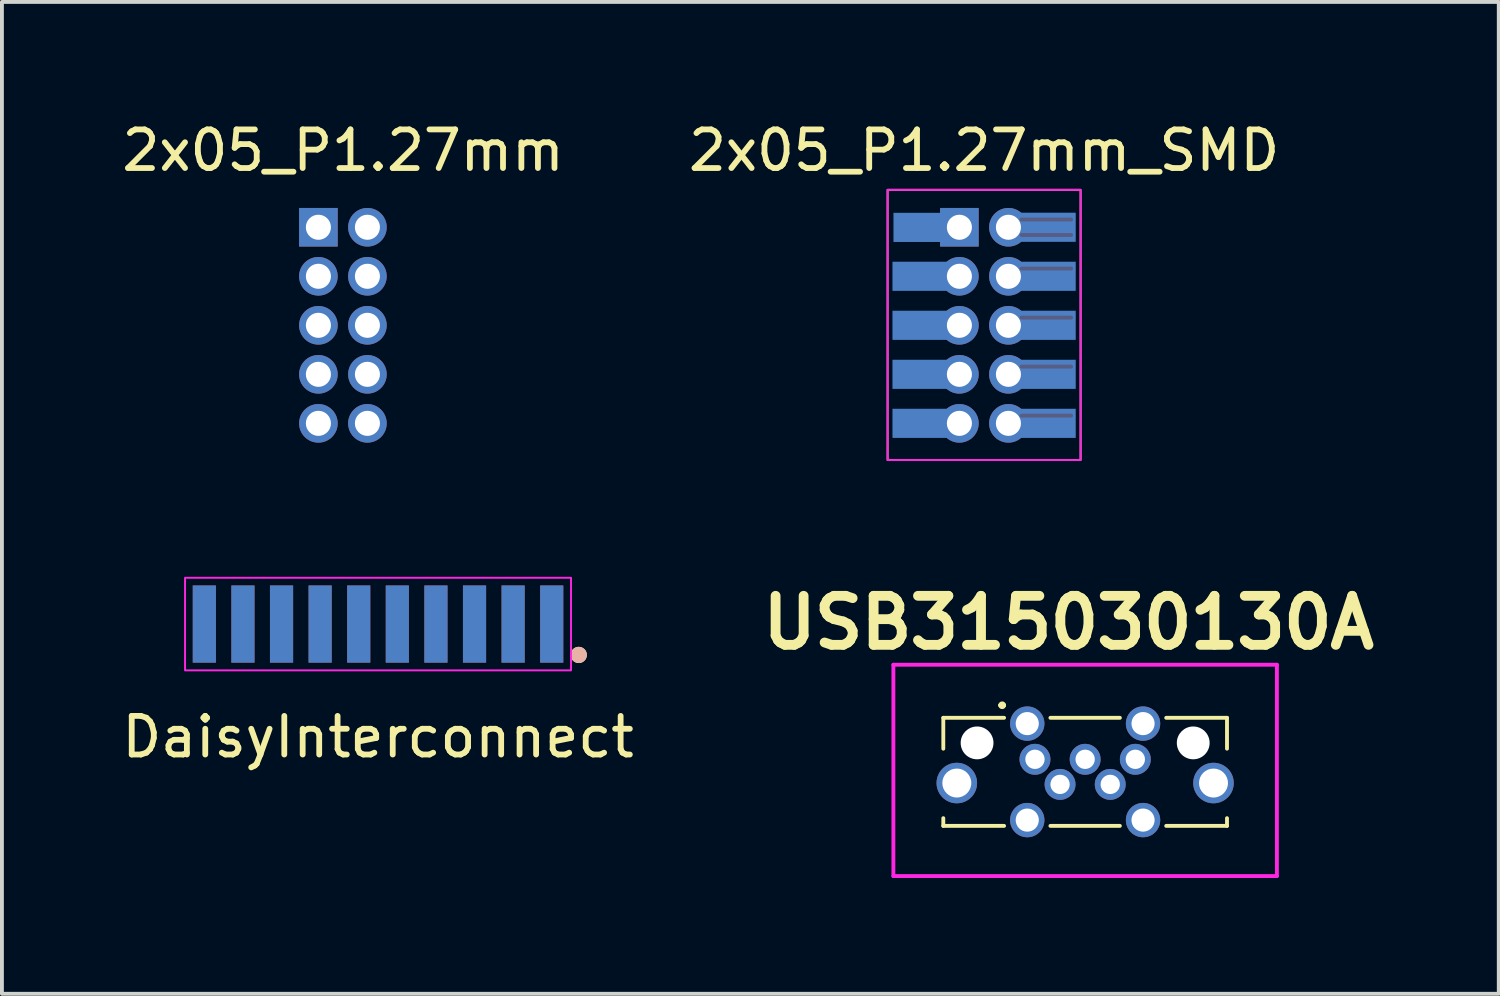
<source format=kicad_pcb>
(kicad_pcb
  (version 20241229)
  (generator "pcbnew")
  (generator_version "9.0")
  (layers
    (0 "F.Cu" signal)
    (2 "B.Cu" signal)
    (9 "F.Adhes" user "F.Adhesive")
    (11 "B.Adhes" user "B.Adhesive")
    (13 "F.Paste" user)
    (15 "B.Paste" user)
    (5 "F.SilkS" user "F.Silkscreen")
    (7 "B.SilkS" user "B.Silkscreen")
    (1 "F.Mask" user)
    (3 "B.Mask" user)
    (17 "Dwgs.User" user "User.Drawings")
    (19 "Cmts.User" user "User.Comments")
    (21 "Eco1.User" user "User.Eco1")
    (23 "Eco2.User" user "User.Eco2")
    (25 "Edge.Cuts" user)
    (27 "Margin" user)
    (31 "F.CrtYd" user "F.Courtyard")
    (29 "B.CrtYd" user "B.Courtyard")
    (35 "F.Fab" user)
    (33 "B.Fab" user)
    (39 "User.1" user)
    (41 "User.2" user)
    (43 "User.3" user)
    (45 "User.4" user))
  (footprint "DaisyInterconnect"
    (layer "F.Cu")
    (at 6.744 14.218)
    (property "Reference" "DaisyInterconnect" (at 0 1.825 0) (layer "F.SilkS") (effects (font (size 1 1) (thickness 0.15))))
    (attr smd)
    (fp_circle (center 5.2 -0.3) (end 5.36 -0.3) (stroke (width 0.1) (type solid)) (fill yes) (layer "F.SilkS"))
    (fp_circle (center 5.2 -0.3) (end 5.36 -0.3) (stroke (width 0.1) (type solid)) (fill yes) (layer "B.SilkS"))
    (fp_rect (start -5 -2.3) (end 5 0.1) (stroke (width 0.05) (type default)) (fill no) (layer "F.CrtYd"))
    (pad "1" smd rect (at 4.5 -1.1) (size 0.6 2) (layers "F.Cu" "F.Mask" "F.Paste"))
    (pad "1" smd rect (at 4.5 -1.1) (size 0.6 2) (layers "B.Cu" "B.Mask" "B.Paste"))
    (pad "2" smd rect (at 3.5 -1.1) (size 0.6 2) (layers "F.Cu" "F.Mask" "F.Paste"))
    (pad "2" smd rect (at 3.5 -1.1) (size 0.6 2) (layers "B.Cu" "B.Mask" "B.Paste"))
    (pad "3" smd rect (at 2.5 -1.1) (size 0.6 2) (layers "F.Cu" "F.Mask" "F.Paste"))
    (pad "3" smd rect (at 2.5 -1.1) (size 0.6 2) (layers "B.Cu" "B.Mask" "B.Paste"))
    (pad "4" smd rect (at 1.5 -1.1) (size 0.6 2) (layers "F.Cu" "F.Mask" "F.Paste"))
    (pad "4" smd rect (at 1.5 -1.1) (size 0.6 2) (layers "B.Cu" "B.Mask" "B.Paste"))
    (pad "5" smd rect (at 0.5 -1.1) (size 0.6 2) (layers "F.Cu" "F.Mask" "F.Paste"))
    (pad "5" smd rect (at 0.5 -1.1) (size 0.6 2) (layers "B.Cu" "B.Mask" "B.Paste"))
    (pad "6" smd rect (at -0.5 -1.1) (size 0.6 2) (layers "F.Cu" "F.Mask" "F.Paste"))
    (pad "6" smd rect (at -0.5 -1.1) (size 0.6 2) (layers "B.Cu" "B.Mask" "B.Paste"))
    (pad "7" smd rect (at -1.5 -1.1) (size 0.6 2) (layers "F.Cu" "F.Mask" "F.Paste"))
    (pad "7" smd rect (at -1.5 -1.1) (size 0.6 2) (layers "B.Cu" "B.Mask" "B.Paste"))
    (pad "8" smd rect (at -2.5 -1.1) (size 0.6 2) (layers "F.Cu" "F.Mask" "F.Paste"))
    (pad "8" smd rect (at -2.5 -1.1) (size 0.6 2) (layers "B.Cu" "B.Mask" "B.Paste"))
    (pad "9" smd rect (at -3.5 -1.1) (size 0.6 2) (layers "F.Cu" "F.Mask" "F.Paste"))
    (pad "9" smd rect (at -3.5 -1.1) (size 0.6 2) (layers "B.Cu" "B.Mask" "B.Paste"))
    (pad "10" smd rect (at -4.5 -1.1) (size 0.6 2) (layers "F.Cu" "F.Mask" "F.Paste"))
    (pad "10" smd rect (at -4.5 -1.1) (size 0.6 2) (layers "B.Cu" "B.Mask" "B.Paste")))
  (footprint "USB315030130A"
    (layer "F.Cu")
    (at 25.064 16.947)
    (property "Reference" "USB315030130A" (at -0.43 -3.865 180) (layer "F.SilkS") (effects (font (size 1.27 1.27) (thickness 0.254))))
    (attr through_hole)
    (fp_line (start -3.675 -1.4) (end -3.675 -0.6) (stroke (width 0.1) (type solid)) (layer "F.SilkS"))
    (fp_line (start -3.675 1.4) (end -3.675 1.2) (stroke (width 0.1) (type solid)) (layer "F.SilkS"))
    (fp_line (start -2.2 -1.725) (end -2.2 -1.725) (stroke (width 0.1) (type solid)) (layer "F.SilkS"))
    (fp_line (start -2.1 -1.725) (end -2.1 -1.725) (stroke (width 0.1) (type solid)) (layer "F.SilkS"))
    (fp_line (start -2.1 -1.4) (end -3.675 -1.4) (stroke (width 0.1) (type solid)) (layer "F.SilkS"))
    (fp_line (start -2.1 1.4) (end -3.675 1.4) (stroke (width 0.1) (type solid)) (layer "F.SilkS"))
    (fp_line (start -0.9 -1.4) (end 0.9 -1.4) (stroke (width 0.1) (type solid)) (layer "F.SilkS"))
    (fp_line (start -0.9 1.4) (end 0.9 1.4) (stroke (width 0.1) (type solid)) (layer "F.SilkS"))
    (fp_line (start 2.1 -1.4) (end 3.675 -1.4) (stroke (width 0.1) (type solid)) (layer "F.SilkS"))
    (fp_line (start 2.1 1.4) (end 3.675 1.4) (stroke (width 0.1) (type solid)) (layer "F.SilkS"))
    (fp_line (start 3.675 -1.4) (end 3.675 -0.6) (stroke (width 0.1) (type solid)) (layer "F.SilkS"))
    (fp_line (start 3.675 1.4) (end 3.675 1.2) (stroke (width 0.1) (type solid)) (layer "F.SilkS"))
    (fp_arc (start -2.2 -1.725) (mid -2.15 -1.775) (end -2.1 -1.725) (stroke (width 0.1) (type solid)) (layer "F.SilkS"))
    (fp_arc (start -2.1 -1.725) (mid -2.15 -1.675) (end -2.2 -1.725) (stroke (width 0.1) (type solid)) (layer "F.SilkS"))
    (fp_line (start -4.968 -2.775) (end 4.968 -2.775) (stroke (width 0.1) (type solid)) (layer "F.CrtYd"))
    (fp_line (start -4.968 2.7) (end -4.968 -2.775) (stroke (width 0.1) (type solid)) (layer "F.CrtYd"))
    (fp_line (start 4.968 -2.775) (end 4.968 2.7) (stroke (width 0.1) (type solid)) (layer "F.CrtYd"))
    (fp_line (start 4.968 2.7) (end -4.968 2.7) (stroke (width 0.1) (type solid)) (layer "F.CrtYd"))
    (pad "" np_thru_hole circle (at -2.8 -0.75) (size 0.85 0.85) (drill 0.85) (layers "*.Cu" "*.Mask"))
    (pad "" np_thru_hole circle (at 2.8 -0.75) (size 0.85 0.85) (drill 0.85) (layers "*.Cu" "*.Mask"))
    (pad "1" thru_hole circle (at -1.3 -0.325) (size 0.8 0.8) (drill 0.5) (layers "*.Cu" "*.Mask"))
    (pad "2" thru_hole circle (at -0.65 0.325) (size 0.8 0.8) (drill 0.5) (layers "*.Cu" "*.Mask"))
    (pad "3" thru_hole circle (at 0 -0.325) (size 0.8 0.8) (drill 0.5) (layers "*.Cu" "*.Mask"))
    (pad "4" thru_hole circle (at 0.65 0.325) (size 0.8 0.8) (drill 0.5) (layers "*.Cu" "*.Mask"))
    (pad "5" thru_hole circle (at 1.3 -0.325) (size 0.8 0.8) (drill 0.5) (layers "*.Cu" "*.Mask"))
    (pad "S1" thru_hole circle (at -3.325 0.29) (size 1.05 1.05) (drill 0.75) (layers "*.Cu" "*.Mask"))
    (pad "S2" thru_hole circle (at 3.325 0.29) (size 1.05 1.05) (drill 0.75) (layers "*.Cu" "*.Mask"))
    (pad "S3" thru_hole circle (at -1.5 1.25) (size 0.89 0.89) (drill 0.6) (layers "*.Cu" "*.Mask"))
    (pad "S4" thru_hole circle (at 1.5 1.25) (size 0.89 0.89) (drill 0.6) (layers "*.Cu" "*.Mask"))
    (pad "S5" thru_hole circle (at 1.5 -1.25) (size 0.89 0.89) (drill 0.6) (layers "*.Cu" "*.Mask"))
    (pad "S6" thru_hole circle (at -1.5 -1.25) (size 0.89 0.89) (drill 0.6) (layers "*.Cu" "*.Mask")))
  (footprint "2x05_P1.27mm"
    (layer "F.Cu")
    (at 5.839 5.368)
    (property "Reference" "2x05_P1.27mm" (at 0 -4.52 0) (layer "F.SilkS") (effects (font (size 1 1) (thickness 0.15))))
    (attr through_hole)
    (pad "1" thru_hole rect (at -0.64 -2.53) (size 1 1) (drill 0.65) (layers "*.Cu" "*.Mask"))
    (pad "2" thru_hole oval (at 0.63 -2.53) (size 1 1) (drill 0.65) (layers "*.Cu" "*.Mask"))
    (pad "3" thru_hole oval (at -0.64 -1.26) (size 1 1) (drill 0.65) (layers "*.Cu" "*.Mask"))
    (pad "4" thru_hole oval (at 0.63 -1.26) (size 1 1) (drill 0.65) (layers "*.Cu" "*.Mask"))
    (pad "5" thru_hole oval (at -0.64 0.01) (size 1 1) (drill 0.65) (layers "*.Cu" "*.Mask"))
    (pad "6" thru_hole oval (at 0.63 0.01) (size 1 1) (drill 0.65) (layers "*.Cu" "*.Mask"))
    (pad "7" thru_hole oval (at -0.64 1.28) (size 1 1) (drill 0.65) (layers "*.Cu" "*.Mask"))
    (pad "8" thru_hole oval (at 0.63 1.28) (size 1 1) (drill 0.65) (layers "*.Cu" "*.Mask"))
    (pad "9" thru_hole oval (at -0.64 2.55) (size 1 1) (drill 0.65) (layers "*.Cu" "*.Mask"))
    (pad "10" thru_hole oval (at 0.63 2.55) (size 1 1) (drill 0.65) (layers "*.Cu" "*.Mask")))
  (footprint "2x05_P1.27mm_SMD"
    (layer "F.Cu")
    (at 22.446 5.368)
    (property "Reference" "2x05_P1.27mm_SMD" (at 0 -4.52 0) (layer "F.SilkS") (effects (font (size 1 1) (thickness 0.15))))
    (attr smd)
    (fp_rect (start -2.5 -3.5) (end 2.5 3.5) (stroke (width 0.05) (type default)) (fill no) (layer "B.SilkS"))
    (fp_rect (start -2.5 -3.5) (end 2.5 3.5) (stroke (width 0.05) (type default)) (fill no) (layer "F.CrtYd"))
    (fp_line (start 0.97 -2.33) (end 2.255 -2.33) (stroke (width 0.1) (type solid)) (layer "B.Fab"))
    (fp_line (start 2.255 -2.73) (end 0.97 -2.73) (stroke (width 0.1) (type solid)) (layer "B.Fab"))
    (fp_line (start 2.255 -1.46) (end 0.97 -1.46) (stroke (width 0.1) (type solid)) (layer "B.Fab"))
    (fp_line (start 2.255 -0.19) (end 0.97 -0.19) (stroke (width 0.1) (type solid)) (layer "B.Fab"))
    (fp_line (start 2.255 1.08) (end 0.97 1.08) (stroke (width 0.1) (type solid)) (layer "B.Fab"))
    (fp_line (start 2.255 2.35) (end 0.97 2.35) (stroke (width 0.1) (type solid)) (layer "B.Fab"))
    (pad "1" smd rect (at -1.474 -2.527) (size 1.748 0.755) (layers "B.Cu" "B.Mask" "B.Paste"))
    (pad "1" thru_hole rect (at -0.64 -2.53) (size 1 1) (drill 0.65) (layers "*.Cu" "*.Mask"))
    (pad "2" thru_hole oval (at 0.63 -2.53) (size 1 1) (drill 0.65) (layers "*.Cu" "*.Mask"))
    (pad "2" smd rect (at 1.5 -2.53) (size 1.748 0.755) (layers "B.Cu" "B.Mask" "B.Paste"))
    (pad "3" smd rect (at -1.5 -1.26) (size 1.748 0.755) (layers "B.Cu" "B.Mask" "B.Paste"))
    (pad "3" thru_hole oval (at -0.64 -1.26) (size 1 1) (drill 0.65) (layers "*.Cu" "*.Mask"))
    (pad "4" thru_hole oval (at 0.63 -1.26) (size 1 1) (drill 0.65) (layers "*.Cu" "*.Mask"))
    (pad "4" smd rect (at 1.5 -1.26) (size 1.748 0.755) (layers "B.Cu" "B.Mask" "B.Paste"))
    (pad "5" smd rect (at -1.5 0.01) (size 1.748 0.755) (layers "B.Cu" "B.Mask" "B.Paste"))
    (pad "5" thru_hole oval (at -0.64 0.01) (size 1 1) (drill 0.65) (layers "*.Cu" "*.Mask"))
    (pad "6" thru_hole oval (at 0.63 0.01) (size 1 1) (drill 0.65) (layers "*.Cu" "*.Mask"))
    (pad "6" smd rect (at 1.5 0.01) (size 1.748 0.755) (layers "B.Cu" "B.Mask" "B.Paste"))
    (pad "7" smd rect (at -1.5 1.28) (size 1.748 0.755) (layers "B.Cu" "B.Mask" "B.Paste"))
    (pad "7" thru_hole oval (at -0.64 1.28) (size 1 1) (drill 0.65) (layers "*.Cu" "*.Mask"))
    (pad "8" thru_hole oval (at 0.63 1.28) (size 1 1) (drill 0.65) (layers "*.Cu" "*.Mask"))
    (pad "8" smd rect (at 1.5 1.28) (size 1.748 0.755) (layers "B.Cu" "B.Mask" "B.Paste"))
    (pad "9" smd rect (at -1.5 2.55) (size 1.748 0.755) (layers "B.Cu" "B.Mask" "B.Paste"))
    (pad "9" thru_hole oval (at -0.64 2.55) (size 1 1) (drill 0.65) (layers "*.Cu" "*.Mask"))
    (pad "10" thru_hole oval (at 0.63 2.55) (size 1 1) (drill 0.65) (layers "*.Cu" "*.Mask"))
    (pad "10" smd rect (at 1.5 2.55) (size 1.748 0.755) (layers "B.Cu" "B.Mask" "B.Paste")))
  (gr_rect
    (start -3 -3)
    (end 35.78 22.697)
    (stroke (width 0.1) (type default))
    (fill no)
    (layer "Edge.Cuts")))
</source>
